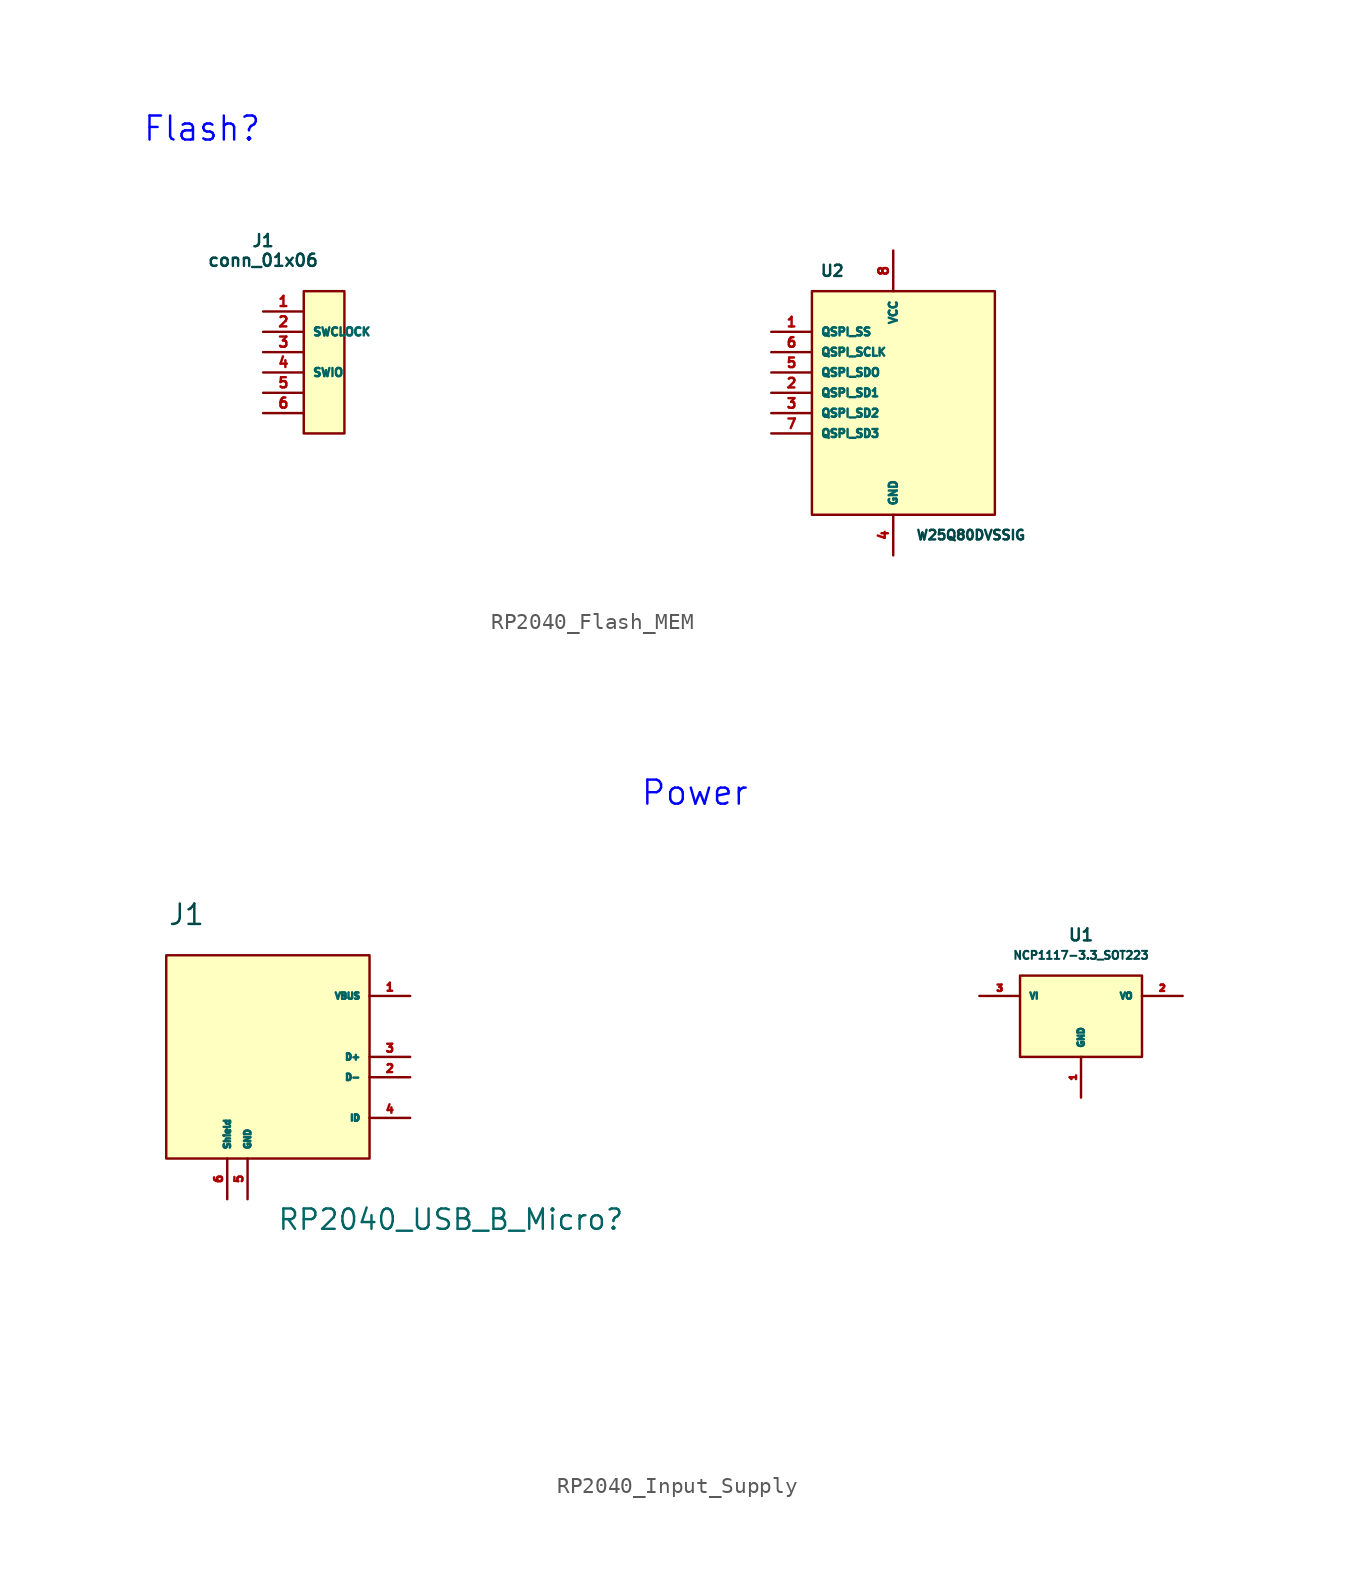
<source format=kicad_sym>
(kicad_symbol_lib
  (version 20241209)
  (generator "kicad_symbol_editor")
  (generator_version "9.0")
  (symbol "RP2040_Flash_MEM"
    (property "Reference" "Flash"
      (at -21.59 24.13 0)
      (effects (font (size 1.5 1.5) (color 0 0 255 1))))
    (property "Value" ""
      (at 0 0 0)
      (effects (font (size 1.27 1.27))))
    (symbol "RP2040_Flash_MEM_1_1"
      (rectangle (start -15.24 13.97) (end -12.7 5.08) (stroke (width 0) (type solid)) (fill (type background)))
      (rectangle (start 16.51 13.97) (end 27.94 0) (stroke (width 0) (type solid)) (fill (type background)))
      (text "J1\nconn_01x06" (at -17.78 16.51 0) (effects (font (size 0.762 0.762) (color 0 72 72 1))))
      (text "U2" (at 17.78 15.24 0) (effects (font (size 0.7 0.7) (color 0 72 72 1))))
      (text "W25Q80DVSSIG " (at 26.67 -1.27 0) (effects (font (size 0.6 0.6) (color 0 72 72 1))))
      (pin bidirectional line (at -17.78 12.7 0) (length 2.54) (name "" (effects (font (size 0.508 0.508)))) (number "1" (effects (font (size 0.635 0.635)))))
      (pin bidirectional line (at -17.78 11.43 0) (length 2.54) (name "SWCLOCK" (effects (font (size 0.508 0.508)))) (number "2" (effects (font (size 0.635 0.635)))))
      (pin bidirectional line (at -17.78 10.16 0) (length 2.54) (name "" (effects (font (size 0.508 0.508)))) (number "3" (effects (font (size 0.635 0.635)))))
      (pin bidirectional line (at -17.78 8.89 0) (length 2.54) (name "SWIO" (effects (font (size 0.508 0.508)))) (number "4" (effects (font (size 0.635 0.635)))))
      (pin bidirectional line (at -17.78 7.62 0) (length 2.54) (name "" (effects (font (size 0.508 0.508)))) (number "5" (effects (font (size 0.635 0.635)))))
      (pin bidirectional line (at -17.78 6.35 0) (length 2.54) (name "" (effects (font (size 0.508 0.508)))) (number "6" (effects (font (size 0.635 0.635)))))
      (pin bidirectional line (at 13.97 11.43 0) (length 2.54) (name "QSPI_SS" (effects (font (size 0.5 0.5)))) (number "1" (effects (font (size 0.6 0.6)))))
      (pin bidirectional line (at 13.97 10.16 0) (length 2.54) (name "QSPI_SCLK" (effects (font (size 0.5 0.5)))) (number "6" (effects (font (size 0.6 0.6)))))
      (pin bidirectional line (at 13.97 8.89 0) (length 2.54) (name "QSPI_SDO" (effects (font (size 0.5 0.5)))) (number "5" (effects (font (size 0.6 0.6)))))
      (pin bidirectional line (at 13.97 7.62 0) (length 2.54) (name "QSPI_SD1" (effects (font (size 0.5 0.5)))) (number "2" (effects (font (size 0.6 0.6)))))
      (pin bidirectional line (at 13.97 6.35 0) (length 2.54) (name "QSPI_SD2" (effects (font (size 0.5 0.5)))) (number "3" (effects (font (size 0.6 0.6)))))
      (pin bidirectional line (at 13.97 5.08 0) (length 2.54) (name "QSPI_SD3" (effects (font (size 0.5 0.5)))) (number "7" (effects (font (size 0.6 0.6)))))
      (pin bidirectional line (at 21.59 16.51 270) (length 2.54) (name "VCC" (effects (font (size 0.5 0.5)))) (number "8" (effects (font (size 0.6 0.6)))))
      (pin bidirectional line (at 21.59 -2.54 90) (length 2.54) (name "GND" (effects (font (size 0.5 0.5)))) (number "4" (effects (font (size 0.6 0.6)))))))
  (symbol "RP2040_Input_Supply"
    (property "Reference" "RP2040_USB_B_Micro"
      (at 11.43 11.43 0)
      (effects (font (size 1.27 1.27))))
    (property "Value" ""
      (at 0 0 0)
      (effects (font (size 1.27 1.27))))
    (symbol "RP2040_Input_Supply_1_1"
      (rectangle (start -6.35 27.94) (end 6.35 15.24) (stroke (width 0) (type solid)) (fill (type background)))
      (rectangle (start 46.99 26.67) (end 54.61 21.59) (stroke (width 0) (type solid)) (fill (type background)))
      (text "J1" (at -5.08 30.48 0) (effects (font (size 1.27 1.27) (color 0 72 72 1))))
      (text "Power\n" (at 26.67 38.1 0) (effects (font (size 1.5 1.5) (color 0 0 255 1))))
      (text "U1" (at 50.8 29.21 0) (effects (font (size 0.75 0.75) (color 0 72 72 1))))
      (text "NCP1117-3.3_SOT223" (at 50.8 27.94 0) (effects (font (size 0.5 0.5) (color 0 72 72 1))))
      (pin bidirectional line (at -2.54 12.7 90) (length 2.54) (name "Shield" (effects (font (size 0.4 0.4)))) (number "6" (effects (font (size 0.5 0.5)))))
      (pin bidirectional line (at -1.27 12.7 90) (length 2.54) (name "GND" (effects (font (size 0.4 0.4)))) (number "5" (effects (font (size 0.5 0.5)))))
      (pin bidirectional line (at 8.89 25.4 180) (length 2.54) (name "VBUS" (effects (font (size 0.4 0.4)))) (number "1" (effects (font (size 0.5 0.5)))))
      (pin bidirectional line (at 8.89 21.59 180) (length 2.54) (name "D+" (effects (font (size 0.4 0.4)))) (number "3" (effects (font (size 0.5 0.5)))))
      (pin bidirectional line (at 8.89 20.32 180) (length 2.54) (name "D-" (effects (font (size 0.4 0.4)))) (number "2" (effects (font (size 0.5 0.5)))))
      (pin bidirectional line (at 8.89 17.78 180) (length 2.54) (name "ID" (effects (font (size 0.4 0.4)))) (number "4" (effects (font (size 0.5 0.5)))))
      (pin bidirectional line (at 44.45 25.4 0) (length 2.54) (name "VI" (effects (font (size 0.4 0.4)))) (number "3" (effects (font (size 0.4 0.4)))))
      (pin bidirectional line (at 50.8 19.05 90) (length 2.54) (name "GND" (effects (font (size 0.4 0.4)))) (number "1" (effects (font (size 0.4 0.4)))))
      (pin bidirectional line (at 57.15 25.4 180) (length 2.54) (name "VO" (effects (font (size 0.4 0.4)))) (number "2" (effects (font (size 0.4 0.4))))))))
</source>
